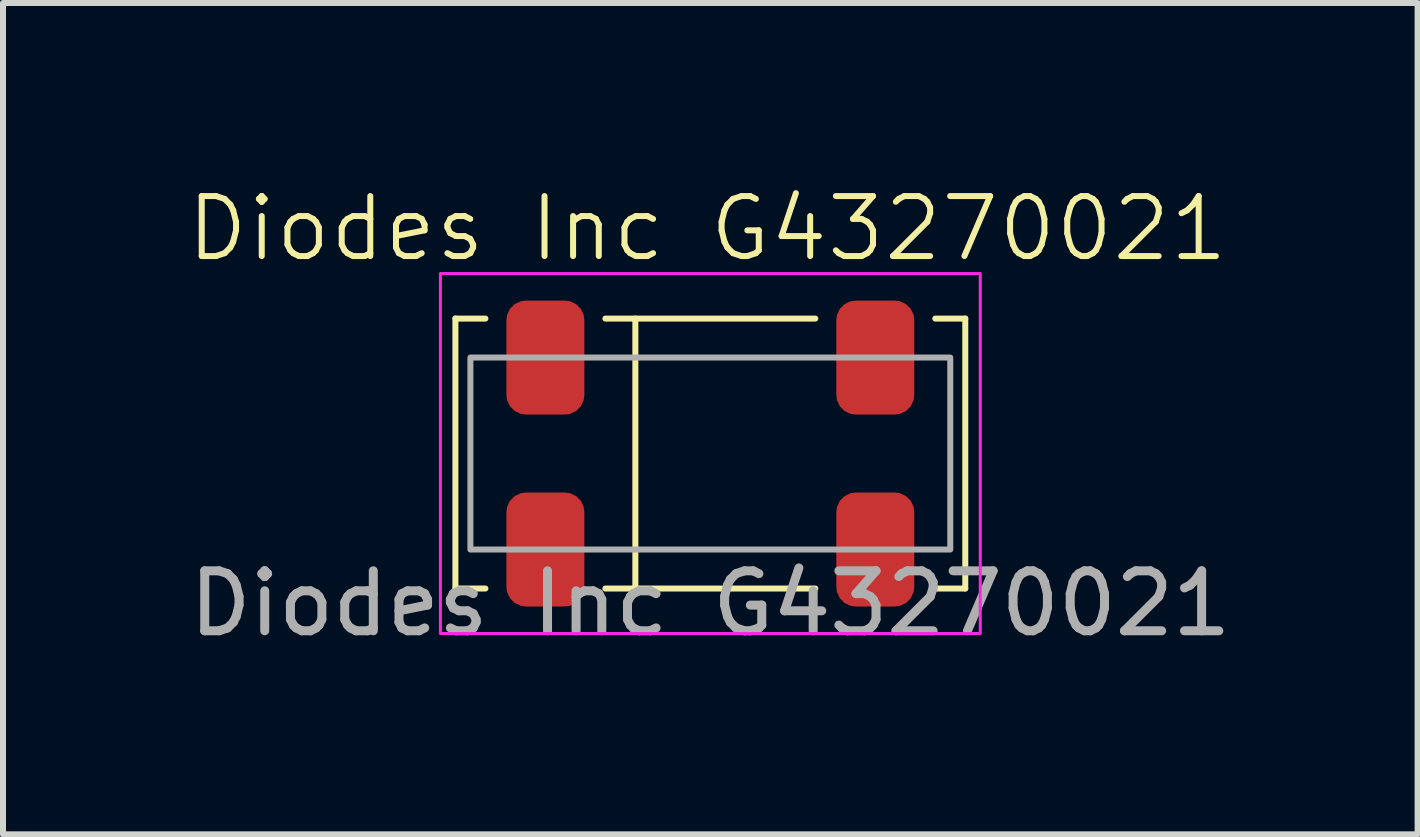
<source format=kicad_pcb>
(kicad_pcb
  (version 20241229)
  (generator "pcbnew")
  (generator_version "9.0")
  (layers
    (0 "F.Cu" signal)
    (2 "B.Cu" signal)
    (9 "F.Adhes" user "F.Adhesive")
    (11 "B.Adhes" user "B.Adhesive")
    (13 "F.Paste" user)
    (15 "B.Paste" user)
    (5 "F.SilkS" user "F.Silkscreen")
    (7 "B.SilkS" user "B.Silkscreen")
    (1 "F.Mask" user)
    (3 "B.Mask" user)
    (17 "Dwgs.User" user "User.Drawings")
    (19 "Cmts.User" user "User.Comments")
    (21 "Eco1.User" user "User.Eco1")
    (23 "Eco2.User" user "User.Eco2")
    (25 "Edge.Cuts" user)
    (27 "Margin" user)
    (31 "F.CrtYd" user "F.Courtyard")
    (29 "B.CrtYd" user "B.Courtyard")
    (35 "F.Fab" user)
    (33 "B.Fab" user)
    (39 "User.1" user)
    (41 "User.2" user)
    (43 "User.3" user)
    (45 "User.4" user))
  (footprint "Diodes Inc G43270021"
    (layer "F.Cu")
    (at 8.792 4.511)
    (property "Reference" "Diodes Inc G43270021" (at -0.05 -3.75 0) (unlocked yes) (layer "F.SilkS") (effects (font (size 1 1) (thickness 0.1))))
    (attr smd)
    (fp_line (start -4.25 -2.25) (end -4.25 2.25) (stroke (width 0.1) (type default)) (layer "F.SilkS"))
    (fp_line (start -4.25 -2.25) (end -3.75 -2.25) (stroke (width 0.1) (type default)) (layer "F.SilkS"))
    (fp_line (start -4.25 2.25) (end -3.75 2.25) (stroke (width 0.1) (type default)) (layer "F.SilkS"))
    (fp_line (start -1.25 -2.25) (end -1.25 2.25) (stroke (width 0.1) (type default)) (layer "F.SilkS"))
    (fp_line (start -1.25 2.25) (end -1.75 2.25) (stroke (width 0.1) (type default)) (layer "F.SilkS"))
    (fp_line (start -1.25 2.25) (end 1.75 2.25) (stroke (width 0.1) (type default)) (layer "F.SilkS"))
    (fp_line (start 1.75 -2.25) (end -1.75 -2.25) (stroke (width 0.1) (type default)) (layer "F.SilkS"))
    (fp_line (start 3.75 2.25) (end 4.25 2.25) (stroke (width 0.1) (type default)) (layer "F.SilkS"))
    (fp_line (start 4.25 -2.25) (end 3.75 -2.25) (stroke (width 0.1) (type default)) (layer "F.SilkS"))
    (fp_line (start 4.25 -2.25) (end 4.25 2.25) (stroke (width 0.1) (type default)) (layer "F.SilkS"))
    (fp_rect (start -4.5 -3) (end 4.5 3) (stroke (width 0.05) (type default)) (fill no) (layer "F.CrtYd"))
    (fp_rect (start -4 -1.6) (end 4 1.6) (stroke (width 0.1) (type default)) (fill no) (layer "F.Fab"))
    (fp_text user "${REFERENCE}" (at 0 2.5 0) (unlocked yes) (layer "F.Fab") (effects (font (size 1 1) (thickness 0.15))))
    (pad "1" smd roundrect (at -2.75 1.6) (size 1.3 1.9) (layers "F.Cu" "F.Mask" "F.Paste") (roundrect_rratio 0.25))
    (pad "2" smd roundrect (at 2.75 1.6) (size 1.3 1.9) (layers "F.Cu" "F.Mask" "F.Paste") (roundrect_rratio 0.25))
    (pad "3" smd roundrect (at 2.75 -1.6) (size 1.3 1.9) (layers "F.Cu" "F.Mask" "F.Paste") (roundrect_rratio 0.25))
    (pad "4" smd roundrect (at -2.75 -1.6) (size 1.3 1.9) (layers "F.Cu" "F.Mask" "F.Paste") (roundrect_rratio 0.25)))
  (gr_rect
    (start -3 -3)
    (end 20.583 10.859)
    (stroke (width 0.1) (type default))
    (fill no)
    (layer "Edge.Cuts")))
</source>
